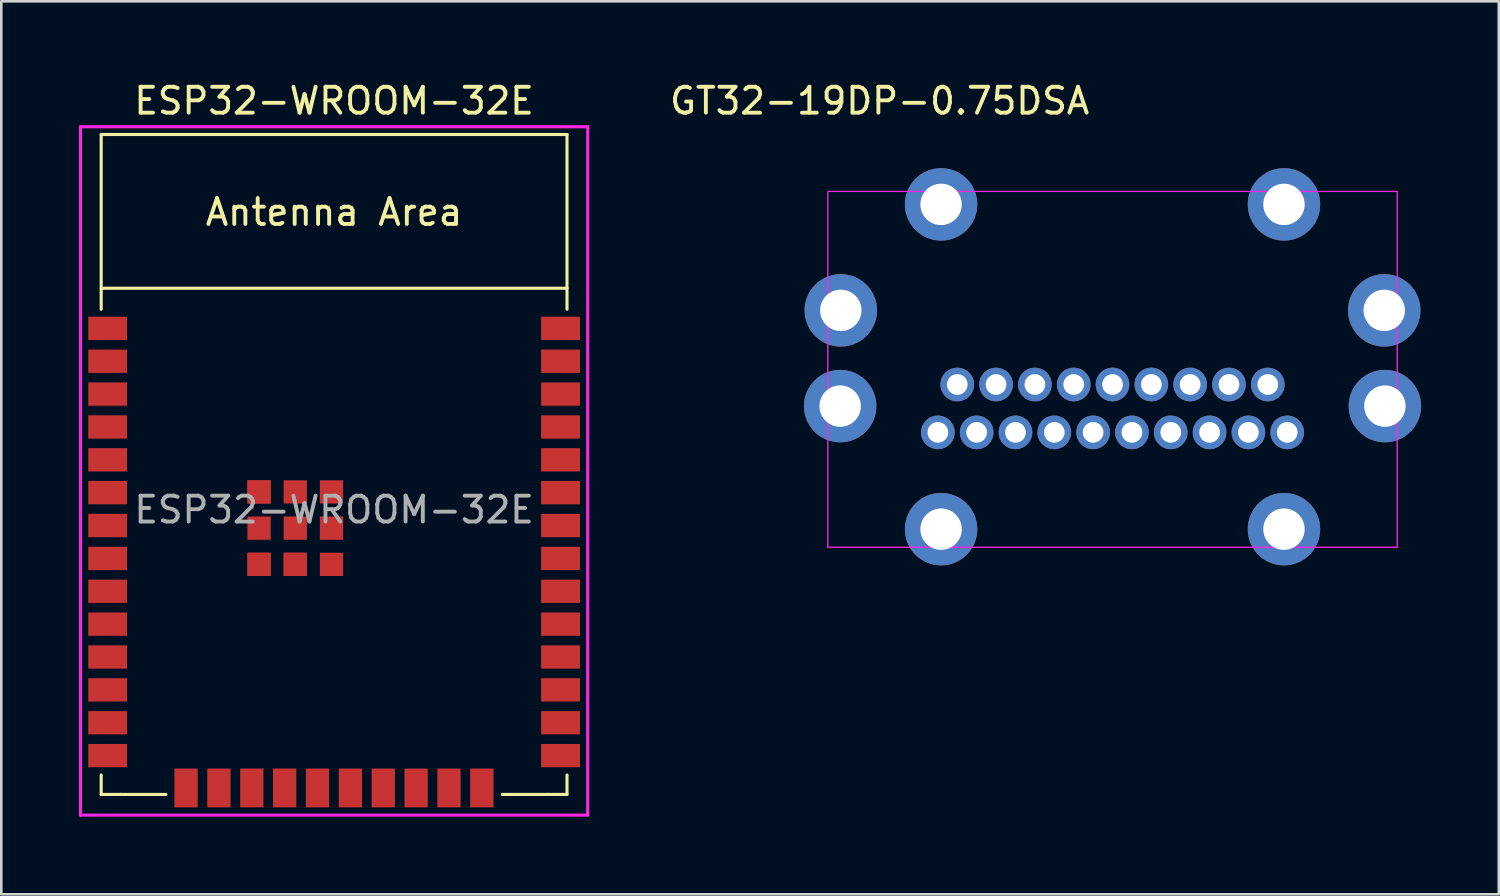
<source format=kicad_pcb>
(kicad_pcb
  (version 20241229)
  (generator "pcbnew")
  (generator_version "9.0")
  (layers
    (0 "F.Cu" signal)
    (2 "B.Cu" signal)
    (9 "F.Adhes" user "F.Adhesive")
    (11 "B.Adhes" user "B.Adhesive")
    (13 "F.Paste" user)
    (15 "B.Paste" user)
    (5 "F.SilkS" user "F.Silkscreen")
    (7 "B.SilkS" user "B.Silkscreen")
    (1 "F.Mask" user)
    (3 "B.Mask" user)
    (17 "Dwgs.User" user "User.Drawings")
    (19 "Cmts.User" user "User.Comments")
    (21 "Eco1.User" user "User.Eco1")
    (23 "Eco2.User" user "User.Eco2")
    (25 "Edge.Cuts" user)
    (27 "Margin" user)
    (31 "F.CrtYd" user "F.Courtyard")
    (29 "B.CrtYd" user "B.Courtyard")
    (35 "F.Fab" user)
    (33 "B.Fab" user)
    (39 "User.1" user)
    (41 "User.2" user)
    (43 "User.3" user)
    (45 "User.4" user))
  (footprint "ESP32-WROOM-32E"
    (layer "F.Cu")
    (at 9.86 16.648)
    (property "Reference" "ESP32-WROOM-32E" (at 0 -15.8 0) (layer "F.SilkS") (effects (font (size 1 1) (thickness 0.15))))
    (attr smd)
    (fp_line (start -9 -14.5) (end -9 -7.75) (stroke (width 0.12) (type solid)) (layer "F.SilkS"))
    (fp_line (start -9 -14.5) (end 9 -14.5) (stroke (width 0.12) (type solid)) (layer "F.SilkS"))
    (fp_line (start -9 10.25) (end -9 11) (stroke (width 0.12) (type solid)) (layer "F.SilkS"))
    (fp_line (start -9 11) (end -8.25 11) (stroke (width 0.12) (type solid)) (layer "F.SilkS"))
    (fp_line (start -8.25 11) (end -6.5 11) (stroke (width 0.12) (type solid)) (layer "F.SilkS"))
    (fp_line (start 8.25 11) (end 6.5 11) (stroke (width 0.12) (type solid)) (layer "F.SilkS"))
    (fp_line (start 9 -14.5) (end 9 -7.75) (stroke (width 0.12) (type solid)) (layer "F.SilkS"))
    (fp_line (start 9 -8.56) (end -9 -8.56) (stroke (width 0.12) (type solid)) (layer "F.SilkS"))
    (fp_line (start 9 10.25) (end 9 11) (stroke (width 0.12) (type solid)) (layer "F.SilkS"))
    (fp_line (start 9 11) (end 8.25 11) (stroke (width 0.12) (type solid)) (layer "F.SilkS"))
    (fp_line (start -9 -14.5) (end 9 -14.5) (stroke (width 0.12) (type solid)) (layer "Eco2.User"))
    (fp_line (start -9 -8.56) (end 9 -8.56) (stroke (width 0.12) (type solid)) (layer "Eco2.User"))
    (fp_line (start -9 11) (end -9 -14.5) (stroke (width 0.12) (type solid)) (layer "Eco2.User"))
    (fp_line (start 9 -14.5) (end 9 11) (stroke (width 0.12) (type solid)) (layer "Eco2.User"))
    (fp_line (start 9 11) (end -9 11) (stroke (width 0.12) (type solid)) (layer "Eco2.User"))
    (fp_line (start -9.8 -14.8) (end -9.8 11.8) (stroke (width 0.12) (type solid)) (layer "F.CrtYd"))
    (fp_line (start -9.8 11.8) (end 9.8 11.8) (stroke (width 0.12) (type solid)) (layer "F.CrtYd"))
    (fp_line (start 9.8 -14.8) (end -9.8 -14.8) (stroke (width 0.12) (type solid)) (layer "F.CrtYd"))
    (fp_line (start 9.8 -14.8) (end 9.8 11.8) (stroke (width 0.12) (type solid)) (layer "F.CrtYd"))
    (fp_text user "Antenna Area" (at 0 -11.5 0) (layer "F.SilkS") (effects (font (size 1 1) (thickness 0.15))))
    (fp_text user "Antenna Area" (at 0 -11.5 0) (layer "Eco2.User") (effects (font (size 1 1) (thickness 0.15))))
    (fp_text user "${REFERENCE}" (at 0 0 0) (layer "F.Fab") (effects (font (size 1 1) (thickness 0.15))))
    (pad "1" smd rect (at -8.75 -7.01) (size 1.5 0.9) (layers "F.Cu" "F.Mask" "F.Paste"))
    (pad "2" smd rect (at -8.75 -5.74) (size 1.5 0.9) (layers "F.Cu" "F.Mask" "F.Paste"))
    (pad "3" smd rect (at -8.75 -4.47) (size 1.5 0.9) (layers "F.Cu" "F.Mask" "F.Paste"))
    (pad "4" smd rect (at -8.75 -3.2) (size 1.5 0.9) (layers "F.Cu" "F.Mask" "F.Paste"))
    (pad "5" smd rect (at -8.75 -1.93) (size 1.5 0.9) (layers "F.Cu" "F.Mask" "F.Paste"))
    (pad "6" smd rect (at -8.75 -0.66) (size 1.5 0.9) (layers "F.Cu" "F.Mask" "F.Paste"))
    (pad "7" smd rect (at -8.75 0.61) (size 1.5 0.9) (layers "F.Cu" "F.Mask" "F.Paste"))
    (pad "8" smd rect (at -8.75 1.88) (size 1.5 0.9) (layers "F.Cu" "F.Mask" "F.Paste"))
    (pad "9" smd rect (at -8.75 3.15) (size 1.5 0.9) (layers "F.Cu" "F.Mask" "F.Paste"))
    (pad "10" smd rect (at -8.75 4.42) (size 1.5 0.9) (layers "F.Cu" "F.Mask" "F.Paste"))
    (pad "11" smd rect (at -8.75 5.69) (size 1.5 0.9) (layers "F.Cu" "F.Mask" "F.Paste"))
    (pad "12" smd rect (at -8.75 6.96) (size 1.5 0.9) (layers "F.Cu" "F.Mask" "F.Paste"))
    (pad "13" smd rect (at -8.75 8.23) (size 1.5 0.9) (layers "F.Cu" "F.Mask" "F.Paste"))
    (pad "14" smd rect (at -8.75 9.5) (size 1.5 0.9) (layers "F.Cu" "F.Mask" "F.Paste"))
    (pad "15" smd rect (at -5.72 10.75 90) (size 1.5 0.9) (layers "F.Cu" "F.Mask" "F.Paste"))
    (pad "16" smd rect (at -4.45 10.75 90) (size 1.5 0.9) (layers "F.Cu" "F.Mask" "F.Paste"))
    (pad "17" smd rect (at -3.18 10.75 90) (size 1.5 0.9) (layers "F.Cu" "F.Mask" "F.Paste"))
    (pad "18" smd rect (at -1.91 10.75 90) (size 1.5 0.9) (layers "F.Cu" "F.Mask" "F.Paste"))
    (pad "19" smd rect (at -0.64 10.75 90) (size 1.5 0.9) (layers "F.Cu" "F.Mask" "F.Paste"))
    (pad "20" smd rect (at 0.63 10.75 90) (size 1.5 0.9) (layers "F.Cu" "F.Mask" "F.Paste"))
    (pad "21" smd rect (at 1.9 10.75 90) (size 1.5 0.9) (layers "F.Cu" "F.Mask" "F.Paste"))
    (pad "22" smd rect (at 3.17 10.75 90) (size 1.5 0.9) (layers "F.Cu" "F.Mask" "F.Paste"))
    (pad "23" smd rect (at 4.44 10.75 90) (size 1.5 0.9) (layers "F.Cu" "F.Mask" "F.Paste"))
    (pad "24" smd rect (at 5.71 10.75 90) (size 1.5 0.9) (layers "F.Cu" "F.Mask" "F.Paste"))
    (pad "25" smd rect (at 8.75 9.5 180) (size 1.5 0.9) (layers "F.Cu" "F.Mask" "F.Paste"))
    (pad "26" smd rect (at 8.75 8.23 180) (size 1.5 0.9) (layers "F.Cu" "F.Mask" "F.Paste"))
    (pad "27" smd rect (at 8.75 6.96 180) (size 1.5 0.9) (layers "F.Cu" "F.Mask" "F.Paste"))
    (pad "28" smd rect (at 8.75 5.69 180) (size 1.5 0.9) (layers "F.Cu" "F.Mask" "F.Paste"))
    (pad "29" smd rect (at 8.75 4.42 180) (size 1.5 0.9) (layers "F.Cu" "F.Mask" "F.Paste"))
    (pad "30" smd rect (at 8.75 3.15 180) (size 1.5 0.9) (layers "F.Cu" "F.Mask" "F.Paste"))
    (pad "31" smd rect (at 8.75 1.88 180) (size 1.5 0.9) (layers "F.Cu" "F.Mask" "F.Paste"))
    (pad "32" smd rect (at 8.75 0.61 180) (size 1.5 0.9) (layers "F.Cu" "F.Mask" "F.Paste"))
    (pad "33" smd rect (at 8.75 -0.66 180) (size 1.5 0.9) (layers "F.Cu" "F.Mask" "F.Paste"))
    (pad "34" smd rect (at 8.75 -1.93 180) (size 1.5 0.9) (layers "F.Cu" "F.Mask" "F.Paste"))
    (pad "35" smd rect (at 8.75 -3.2 180) (size 1.5 0.9) (layers "F.Cu" "F.Mask" "F.Paste"))
    (pad "36" smd rect (at 8.75 -4.47 180) (size 1.5 0.9) (layers "F.Cu" "F.Mask" "F.Paste"))
    (pad "37" smd rect (at 8.75 -5.74 180) (size 1.5 0.9) (layers "F.Cu" "F.Mask" "F.Paste"))
    (pad "38" smd rect (at 8.75 -7.01 180) (size 1.5 0.9) (layers "F.Cu" "F.Mask" "F.Paste"))
    (pad "39" smd rect (at -2.9 -0.69 180) (size 0.9 0.9) (layers "F.Cu" "F.Mask" "F.Paste"))
    (pad "39" smd rect (at -2.9 -0.69 180) (size 0.9 0.9) (layers "F.Cu" "F.Mask" "F.Paste"))
    (pad "39" smd rect (at -2.9 0.71 180) (size 0.9 0.9) (layers "F.Cu" "F.Mask" "F.Paste"))
    (pad "39" smd rect (at -2.9 2.11 180) (size 0.9 0.9) (layers "F.Cu" "F.Mask" "F.Paste"))
    (pad "39" smd rect (at -2.9 2.11 180) (size 0.9 0.9) (layers "F.Cu" "F.Mask" "F.Paste"))
    (pad "39" smd rect (at -1.5 -0.69 180) (size 0.9 0.9) (layers "F.Cu" "F.Mask" "F.Paste"))
    (pad "39" smd rect (at -1.5 0.71 180) (size 0.9 0.9) (layers "F.Cu" "F.Mask" "F.Paste"))
    (pad "39" smd rect (at -1.5 2.11 180) (size 0.9 0.9) (layers "F.Cu" "F.Mask" "F.Paste"))
    (pad "39" smd rect (at -1.5 2.11 180) (size 0.9 0.9) (layers "F.Cu" "F.Mask" "F.Paste"))
    (pad "39" smd rect (at -0.1 -0.69 180) (size 0.9 0.9) (layers "F.Cu" "F.Mask" "F.Paste"))
    (pad "39" smd rect (at -0.1 0.71 180) (size 0.9 0.9) (layers "F.Cu" "F.Mask" "F.Paste"))
    (pad "39" smd rect (at -0.1 2.11 180) (size 0.9 0.9) (layers "F.Cu" "F.Mask" "F.Paste"))
    (zone (net_name "") (layers "F.Cu" "B.Cu") (name "antenna keepout") (hatch edge 0.508) (connect_pads) (min_thickness 0.254) (filled_areas_thickness no) (keepout (tracks not_allowed) (vias not_allowed) (pads not_allowed) (copperpour not_allowed) (footprints not_allowed)) (placement (enabled no)) (fill) (polygon (pts (xy 18.86 8.098) (xy 0.86 8.098) (xy 0.86 2.148) (xy 18.86 2.148)))))
  (footprint "GT32-19DP-0.75DSA"
    (layer "F.Cu")
    (at 28.815 18.098)
    (property "Reference" "GT32-19DP-0.75DSA" (at 2.125 -17.25 180) (layer "F.SilkS") (effects (font (size 1 1) (thickness 0.15))))
    (attr through_hole)
    (fp_rect (start 0.125 0) (end 22.125 -13.75) (stroke (width 0.05) (type solid)) (fill no) (layer "F.CrtYd"))
    (pad "1" thru_hole circle (at 17.125 -6.29) (size 1.3 1.3) (drill 0.8) (layers "*.Cu" "*.Mask"))
    (pad "2" thru_hole circle (at 15.625 -6.29) (size 1.3 1.3) (drill 0.8) (layers "*.Cu" "*.Mask"))
    (pad "3" thru_hole circle (at 14.125 -6.29) (size 1.3 1.3) (drill 0.8) (layers "*.Cu" "*.Mask"))
    (pad "4" thru_hole circle (at 12.625 -6.29) (size 1.3 1.3) (drill 0.8) (layers "*.Cu" "*.Mask"))
    (pad "5" thru_hole circle (at 11.125 -6.29) (size 1.3 1.3) (drill 0.8) (layers "*.Cu" "*.Mask"))
    (pad "6" thru_hole circle (at 9.625 -6.29) (size 1.3 1.3) (drill 0.8) (layers "*.Cu" "*.Mask"))
    (pad "7" thru_hole circle (at 8.125 -6.29) (size 1.3 1.3) (drill 0.8) (layers "*.Cu" "*.Mask"))
    (pad "8" thru_hole circle (at 6.625 -6.29) (size 1.3 1.3) (drill 0.8) (layers "*.Cu" "*.Mask"))
    (pad "9" thru_hole circle (at 5.125 -6.29) (size 1.3 1.3) (drill 0.8) (layers "*.Cu" "*.Mask"))
    (pad "10" thru_hole circle (at 17.875 -4.44) (size 1.3 1.3) (drill 0.8) (layers "*.Cu" "*.Mask"))
    (pad "11" thru_hole circle (at 16.375 -4.44) (size 1.3 1.3) (drill 0.8) (layers "*.Cu" "*.Mask"))
    (pad "12" thru_hole circle (at 14.875 -4.44) (size 1.3 1.3) (drill 0.8) (layers "*.Cu" "*.Mask"))
    (pad "13" thru_hole circle (at 13.375 -4.44) (size 1.3 1.3) (drill 0.8) (layers "*.Cu" "*.Mask"))
    (pad "14" thru_hole circle (at 11.875 -4.44) (size 1.3 1.3) (drill 0.8) (layers "*.Cu" "*.Mask"))
    (pad "15" thru_hole circle (at 10.375 -4.44) (size 1.3 1.3) (drill 0.8) (layers "*.Cu" "*.Mask"))
    (pad "16" thru_hole circle (at 8.875 -4.44) (size 1.3 1.3) (drill 0.8) (layers "*.Cu" "*.Mask"))
    (pad "17" thru_hole circle (at 7.375 -4.44) (size 1.3 1.3) (drill 0.8) (layers "*.Cu" "*.Mask"))
    (pad "18" thru_hole circle (at 5.875 -4.44) (size 1.3 1.3) (drill 0.8) (layers "*.Cu" "*.Mask"))
    (pad "19" thru_hole circle (at 4.375 -4.44) (size 1.3 1.3) (drill 0.8) (layers "*.Cu" "*.Mask"))
    (pad "SH" thru_hole circle (at 0.6 -5.455) (size 2.8 2.8) (drill 1.6) (layers "*.Cu" "*.Mask"))
    (pad "SH" thru_hole circle (at 0.625 -9.155) (size 2.8 2.8) (drill 1.6) (layers "*.Cu" "*.Mask"))
    (pad "SH" thru_hole circle (at 4.5 -13.25) (size 2.8 2.8) (drill 1.6) (layers "*.Cu" "*.Mask"))
    (pad "SH" thru_hole circle (at 4.5 -0.7) (size 2.8 2.8) (drill 1.6) (layers "*.Cu" "*.Mask"))
    (pad "SH" thru_hole circle (at 17.75 -13.25) (size 2.8 2.8) (drill 1.6) (layers "*.Cu" "*.Mask"))
    (pad "SH" thru_hole circle (at 17.75 -0.7) (size 2.8 2.8) (drill 1.6) (layers "*.Cu" "*.Mask"))
    (pad "SH" thru_hole circle (at 21.625 -9.155) (size 2.8 2.8) (drill 1.6) (layers "*.Cu" "*.Mask"))
    (pad "SH" thru_hole circle (at 21.65 -5.455) (size 2.8 2.8) (drill 1.6) (layers "*.Cu" "*.Mask")))
  (gr_rect
    (start -3 -3)
    (end 54.865 31.508)
    (stroke (width 0.1) (type default))
    (fill no)
    (layer "Edge.Cuts")))
</source>
